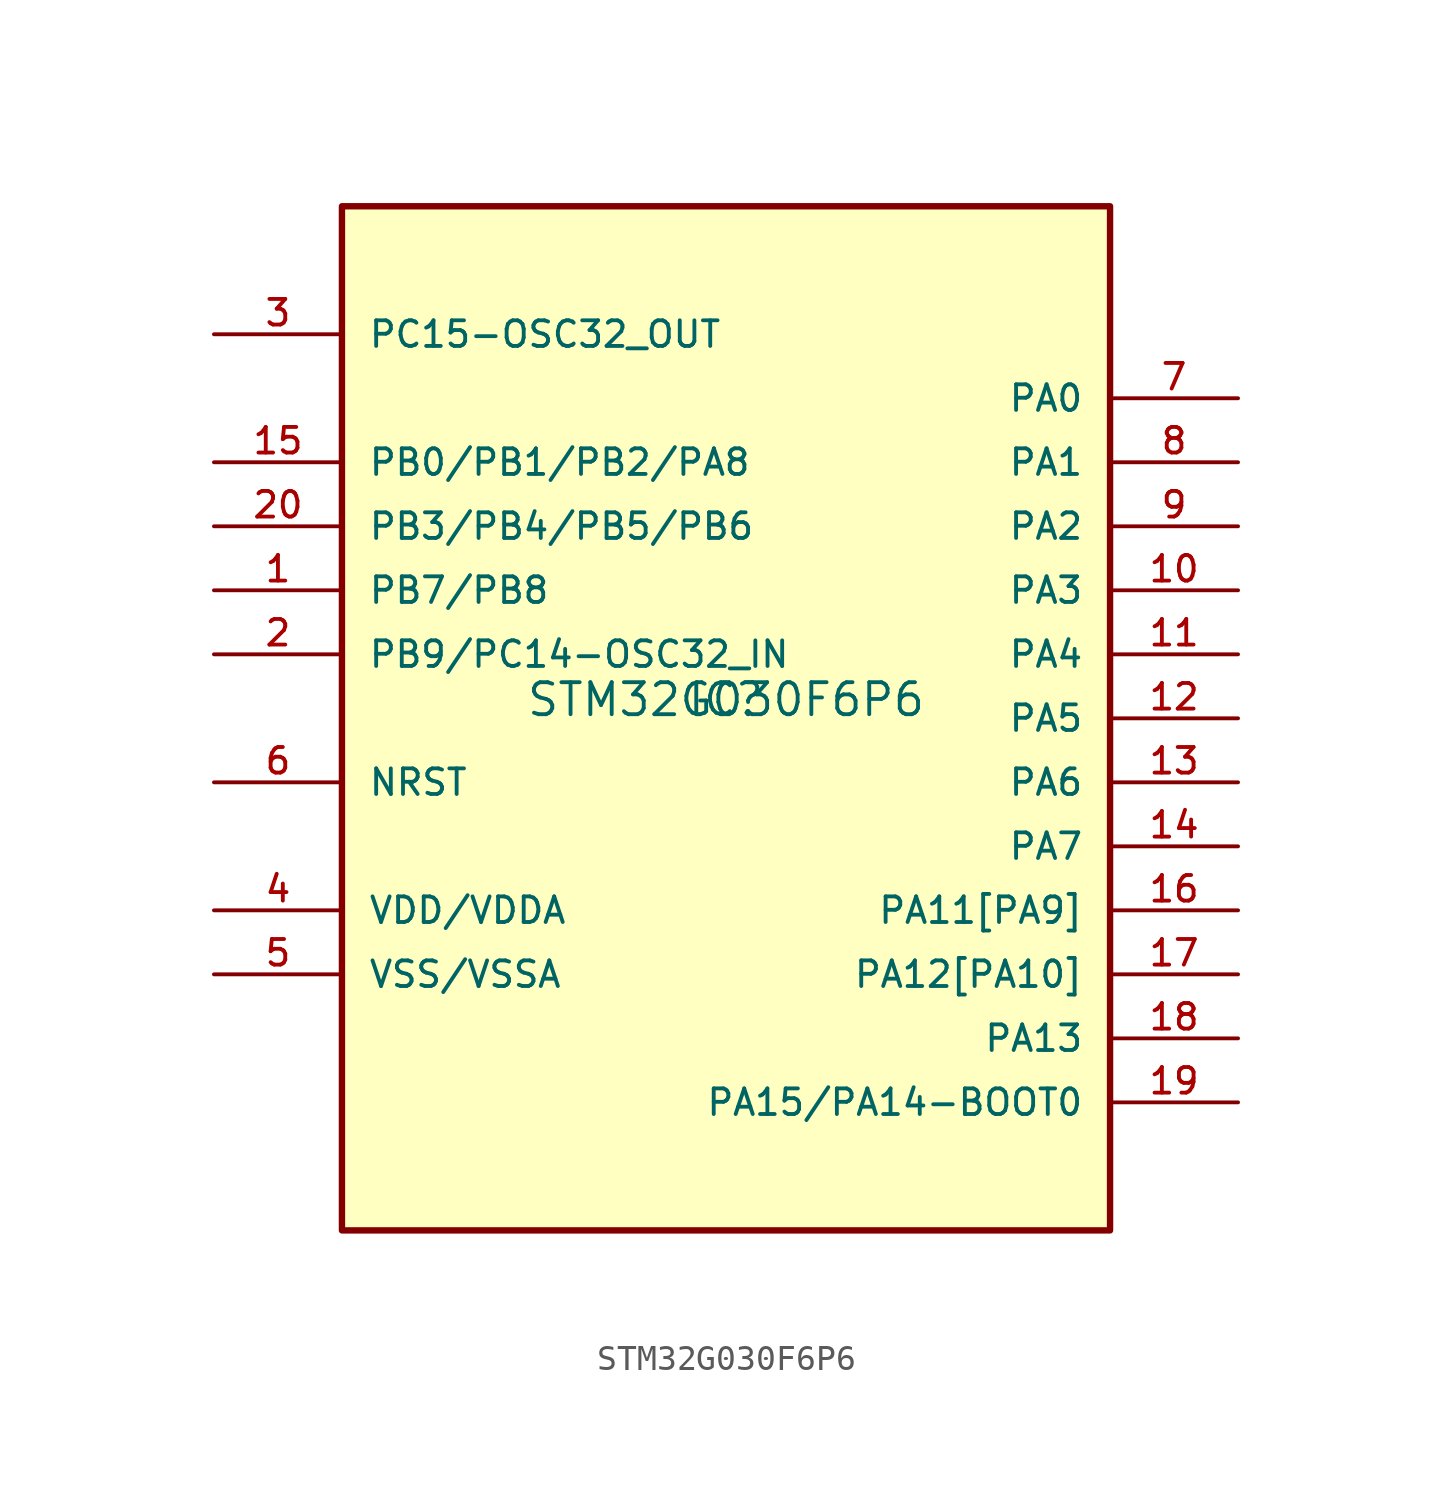
<source format=kicad_sym>
(kicad_symbol_lib
  (version 20211014)
  (generator kicad_symbol_editor)
  (symbol "STM32G030F6P6"
    (pin_names
      (offset 1.016))
    (property "Reference" "IC"
      (at 0 0 0)
      (effects (font (size 1.27 1.27)) (justify bottom)))
    (property "Value" "STM32G030F6P6"
      (at 0 0.0 0)
      (effects (font (size 1.27 1.27)) (justify bottom)))
    (symbol "STM32G030F6P6_0_0"
      (rectangle (start -15.24 -20.32) (end 15.24 20.32) (stroke (width 0.254)) (fill (type background)))
      (pin bidirectional line (at -20.32 15.24 0) (length 5.08) (name "PC15-OSC32_OUT" (effects (font (size 1.016 1.016)))) (number "3" (effects (font (size 1.016 1.016)))))
      (pin bidirectional line (at -20.32 10.16 0) (length 5.08) (name "PB0/PB1/PB2/PA8" (effects (font (size 1.016 1.016)))) (number "15" (effects (font (size 1.016 1.016)))))
      (pin bidirectional line (at -20.32 7.62 0) (length 5.08) (name "PB3/PB4/PB5/PB6" (effects (font (size 1.016 1.016)))) (number "20" (effects (font (size 1.016 1.016)))))
      (pin bidirectional line (at -20.32 5.08 0) (length 5.08) (name "PB7/PB8" (effects (font (size 1.016 1.016)))) (number "1" (effects (font (size 1.016 1.016)))))
      (pin bidirectional line (at -20.32 2.54 0) (length 5.08) (name "PB9/PC14-OSC32_IN" (effects (font (size 1.016 1.016)))) (number "2" (effects (font (size 1.016 1.016)))))
      (pin bidirectional line (at -20.32 -2.54 0) (length 5.08) (name "NRST" (effects (font (size 1.016 1.016)))) (number "6" (effects (font (size 1.016 1.016)))))
      (pin power_in line (at -20.32 -7.62 0) (length 5.08) (name "VDD/VDDA" (effects (font (size 1.016 1.016)))) (number "4" (effects (font (size 1.016 1.016)))))
      (pin power_in line (at -20.32 -10.16 0) (length 5.08) (name "VSS/VSSA" (effects (font (size 1.016 1.016)))) (number "5" (effects (font (size 1.016 1.016)))))
      (pin bidirectional line (at 20.32 -15.24 180.0) (length 5.08) (name "PA15/PA14-BOOT0" (effects (font (size 1.016 1.016)))) (number "19" (effects (font (size 1.016 1.016)))))
      (pin bidirectional line (at 20.32 -12.7 180.0) (length 5.08) (name "PA13" (effects (font (size 1.016 1.016)))) (number "18" (effects (font (size 1.016 1.016)))))
      (pin bidirectional line (at 20.32 -10.16 180.0) (length 5.08) (name "PA12[PA10]" (effects (font (size 1.016 1.016)))) (number "17" (effects (font (size 1.016 1.016)))))
      (pin bidirectional line (at 20.32 -7.62 180.0) (length 5.08) (name "PA11[PA9]" (effects (font (size 1.016 1.016)))) (number "16" (effects (font (size 1.016 1.016)))))
      (pin bidirectional line (at 20.32 -5.08 180.0) (length 5.08) (name "PA7" (effects (font (size 1.016 1.016)))) (number "14" (effects (font (size 1.016 1.016)))))
      (pin bidirectional line (at 20.32 -2.54 180.0) (length 5.08) (name "PA6" (effects (font (size 1.016 1.016)))) (number "13" (effects (font (size 1.016 1.016)))))
      (pin bidirectional line (at 20.32 0.0 180.0) (length 5.08) (name "PA5" (effects (font (size 1.016 1.016)))) (number "12" (effects (font (size 1.016 1.016)))))
      (pin bidirectional line (at 20.32 2.54 180.0) (length 5.08) (name "PA4" (effects (font (size 1.016 1.016)))) (number "11" (effects (font (size 1.016 1.016)))))
      (pin bidirectional line (at 20.32 5.08 180.0) (length 5.08) (name "PA3" (effects (font (size 1.016 1.016)))) (number "10" (effects (font (size 1.016 1.016)))))
      (pin bidirectional line (at 20.32 7.62 180.0) (length 5.08) (name "PA2" (effects (font (size 1.016 1.016)))) (number "9" (effects (font (size 1.016 1.016)))))
      (pin bidirectional line (at 20.32 10.16 180.0) (length 5.08) (name "PA1" (effects (font (size 1.016 1.016)))) (number "8" (effects (font (size 1.016 1.016)))))
      (pin bidirectional line (at 20.32 12.7 180.0) (length 5.08) (name "PA0" (effects (font (size 1.016 1.016)))) (number "7" (effects (font (size 1.016 1.016))))))))
</source>
